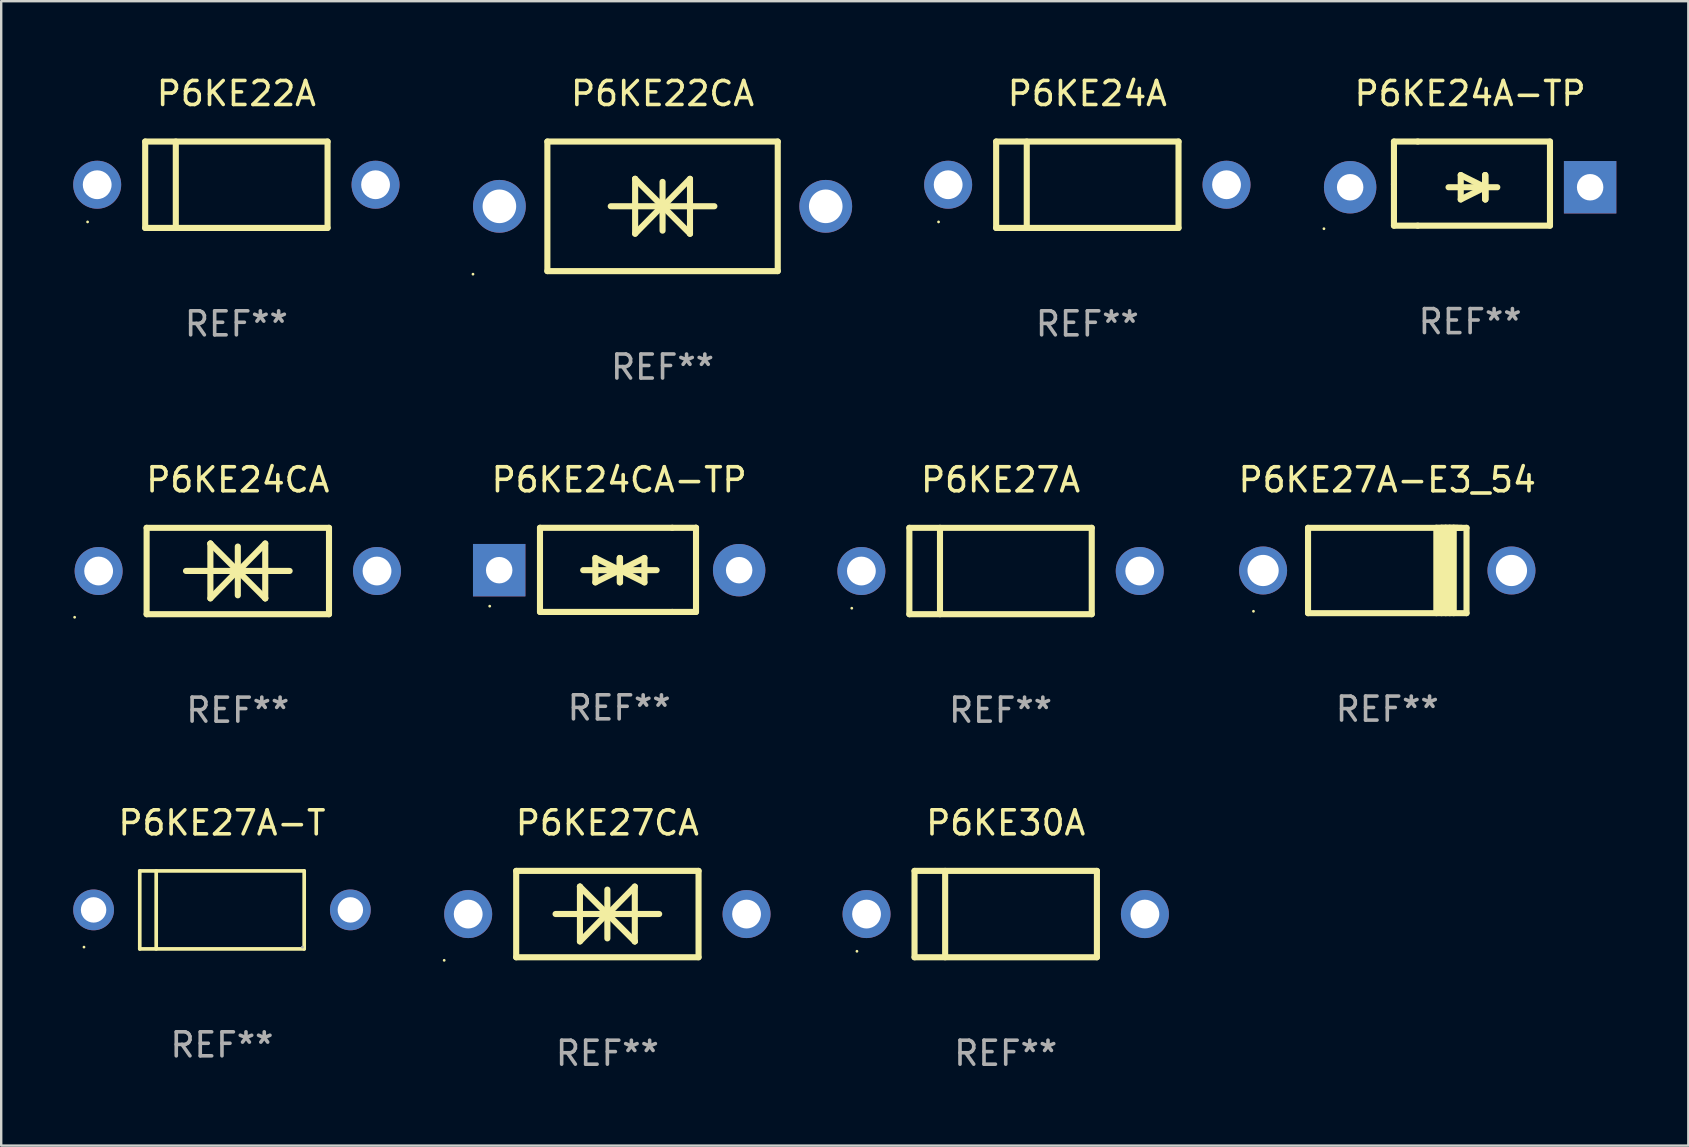
<source format=kicad_pcb>
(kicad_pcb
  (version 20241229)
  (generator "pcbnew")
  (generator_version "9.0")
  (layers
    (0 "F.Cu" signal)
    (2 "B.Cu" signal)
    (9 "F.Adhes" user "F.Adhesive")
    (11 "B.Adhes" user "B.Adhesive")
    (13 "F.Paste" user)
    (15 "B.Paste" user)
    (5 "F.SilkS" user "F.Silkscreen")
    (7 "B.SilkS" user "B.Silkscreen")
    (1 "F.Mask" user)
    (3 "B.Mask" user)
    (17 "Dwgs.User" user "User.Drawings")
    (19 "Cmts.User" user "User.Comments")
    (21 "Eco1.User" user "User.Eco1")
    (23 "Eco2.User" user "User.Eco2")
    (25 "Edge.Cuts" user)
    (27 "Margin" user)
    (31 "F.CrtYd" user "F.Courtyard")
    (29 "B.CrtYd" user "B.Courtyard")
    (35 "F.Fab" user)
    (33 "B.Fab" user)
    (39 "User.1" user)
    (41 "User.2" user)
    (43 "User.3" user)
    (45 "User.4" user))
  (footprint "P6KE30A"
    (layer "F.Cu")
    (at 38.86 35.041)
    (property "Reference" "P6KE30A" (at 0 -3.8 0) (layer "F.SilkS") (effects (font (size 1 1) (thickness 0.15))))
    (attr through_hole)
    (fp_line (start -3.8 -1.8) (end -3.8 1.8) (stroke (width 0.254) (type solid)) (layer "F.SilkS"))
    (fp_line (start -3.8 -1.8) (end 3.8 -1.8) (stroke (width 0.254) (type solid)) (layer "F.SilkS"))
    (fp_line (start -3.8 1.8) (end 3.8 1.8) (stroke (width 0.254) (type solid)) (layer "F.SilkS"))
    (fp_line (start -2.524 -1.8) (end -2.524 1.8) (stroke (width 0.254) (type solid)) (layer "F.SilkS"))
    (fp_line (start 3.8 -1.8) (end 3.8 1.8) (stroke (width 0.254) (type solid)) (layer "F.SilkS"))
    (fp_circle (center -6.2 1.55) (end -6.17 1.55) (stroke (width 0.06) (type solid)) (fill no) (layer "F.SilkS"))
    (fp_text user "REF**" (at 0 5.8 0) (layer "F.Fab") (effects (font (size 1 1) (thickness 0.15))))
    (pad "1" thru_hole circle (at -5.8 0) (size 2 2) (drill 1.2) (layers "*.Cu" "*.Mask"))
    (pad "2" thru_hole circle (at 5.8 0) (size 2 2) (drill 1.2) (layers "*.Cu" "*.Mask")))
  (footprint "P6KE27A-T"
    (layer "F.Cu")
    (at 6.2 34.867)
    (property "Reference" "P6KE27A-T" (at 0 -3.626 0) (layer "F.SilkS") (effects (font (size 1 1) (thickness 0.15))))
    (attr through_hole)
    (fp_line (start -3.426 -1.626) (end 3.426 -1.626) (stroke (width 0.152) (type solid)) (layer "F.SilkS"))
    (fp_line (start -3.426 1.626) (end -3.426 -1.626) (stroke (width 0.152) (type solid)) (layer "F.SilkS"))
    (fp_line (start -2.741 -1.626) (end -2.741 1.626) (stroke (width 0.152) (type solid)) (layer "F.SilkS"))
    (fp_line (start 3.426 -1.626) (end 3.426 1.626) (stroke (width 0.152) (type solid)) (layer "F.SilkS"))
    (fp_line (start 3.426 1.626) (end -3.426 1.626) (stroke (width 0.152) (type solid)) (layer "F.SilkS"))
    (fp_circle (center -5.75 1.55) (end -5.72 1.55) (stroke (width 0.06) (type solid)) (fill no) (layer "F.SilkS"))
    (fp_circle (center 3.35 1.55) (end 3.38 1.55) (stroke (width 0.06) (type solid)) (fill no) (layer "F.Fab"))
    (fp_text user "REF**" (at 0 5.626 0) (layer "F.Fab") (effects (font (size 1 1) (thickness 0.15))))
    (pad "1" thru_hole circle (at -5.35 -0.000013) (size 1.7 1.7) (drill 1.06) (layers "*.Cu" "*.Mask"))
    (pad "2" thru_hole circle (at 5.35 -0.000013) (size 1.7 1.7) (drill 1.06) (layers "*.Cu" "*.Mask")))
  (footprint "P6KE24CA-TP"
    (layer "F.Cu")
    (at 22.752 20.697)
    (property "Reference" "P6KE24CA-TP" (at 0 -3.753 0) (layer "F.SilkS") (effects (font (size 1 1) (thickness 0.15))))
    (attr through_hole)
    (fp_line (start -3.3 -1.753) (end 2.212 -1.753) (stroke (width 0.254) (type solid)) (layer "F.SilkS"))
    (fp_line (start -3.3 1.753) (end -3.3 -1.753) (stroke (width 0.254) (type solid)) (layer "F.SilkS"))
    (fp_line (start -1.5 0.013) (end 0.532 0.013) (stroke (width 0.254) (type solid)) (layer "F.SilkS"))
    (fp_line (start -0.992 -0.495) (end -0.992 0.521) (stroke (width 0.254) (type solid)) (layer "F.SilkS"))
    (fp_line (start -0.992 0.521) (end 0.024 0.013) (stroke (width 0.254) (type solid)) (layer "F.SilkS"))
    (fp_line (start 0.024 -0.495) (end 0.024 0.521) (stroke (width 0.254) (type solid)) (layer "F.SilkS"))
    (fp_line (start 0.024 0.013) (end -0.992 -0.495) (stroke (width 0.254) (type solid)) (layer "F.SilkS"))
    (fp_line (start 0.024 0.013) (end 0.024 -0.495) (stroke (width 0.254) (type solid)) (layer "F.SilkS"))
    (fp_line (start 0.036 0.013) (end 1.052 0.521) (stroke (width 0.254) (type solid)) (layer "F.SilkS"))
    (fp_line (start 0.036 0.521) (end 0.036 -0.495) (stroke (width 0.254) (type solid)) (layer "F.SilkS"))
    (fp_line (start 1.052 -0.495) (end 0.036 0.013) (stroke (width 0.254) (type solid)) (layer "F.SilkS"))
    (fp_line (start 1.052 0.521) (end 1.052 -0.495) (stroke (width 0.254) (type solid)) (layer "F.SilkS"))
    (fp_line (start 1.56 0.013) (end -0.472 0.013) (stroke (width 0.254) (type solid)) (layer "F.SilkS"))
    (fp_line (start 2.212 -1.753) (end 3.202 -1.753) (stroke (width 0.254) (type solid)) (layer "F.SilkS"))
    (fp_line (start 2.212 1.753) (end -3.3 1.753) (stroke (width 0.254) (type solid)) (layer "F.SilkS"))
    (fp_line (start 3.202 -1.753) (end 3.202 -1.753) (stroke (width 0.254) (type solid)) (layer "F.SilkS"))
    (fp_line (start 3.202 -1.753) (end 3.202 -0.025) (stroke (width 0.254) (type solid)) (layer "F.SilkS"))
    (fp_line (start 3.202 -0.025) (end 3.202 1.753) (stroke (width 0.254) (type solid)) (layer "F.SilkS"))
    (fp_line (start 3.202 1.753) (end 2.212 1.753) (stroke (width 0.254) (type solid)) (layer "F.SilkS"))
    (fp_circle (center -5.395 1.513) (end -5.365 1.513) (stroke (width 0.06) (type solid)) (fill no) (layer "F.SilkS"))
    (fp_text user "REF**" (at 0 5.753 0) (layer "F.Fab") (effects (font (size 1 1) (thickness 0.15))))
    (pad "1" thru_hole rect (at -5 0.013 180) (size 2.184 2.184) (drill 1.102) (layers "*.Cu" "*.Mask"))
    (pad "2" thru_hole circle (at 5 0.013) (size 2.184 2.184) (drill 1.102) (layers "*.Cu" "*.Mask")))
  (footprint "P6KE24A-TP"
    (layer "F.Cu")
    (at 58.213 4.601)
    (property "Reference" "P6KE24A-TP" (at 0 -3.753 0) (layer "F.SilkS") (effects (font (size 1 1) (thickness 0.15))))
    (attr through_hole)
    (fp_line (start -3.175 -1.753) (end -2.184 -1.753) (stroke (width 0.254) (type solid)) (layer "F.SilkS"))
    (fp_line (start -3.175 0.025) (end -3.175 -1.753) (stroke (width 0.254) (type solid)) (layer "F.SilkS"))
    (fp_line (start -3.175 1.753) (end -3.175 0.025) (stroke (width 0.254) (type solid)) (layer "F.SilkS"))
    (fp_line (start -2.184 -1.753) (end 3.327 -1.753) (stroke (width 0.254) (type solid)) (layer "F.SilkS"))
    (fp_line (start -2.184 1.753) (end -3.175 1.753) (stroke (width 0.254) (type solid)) (layer "F.SilkS"))
    (fp_line (start -0.9 0.152) (end 1.132 0.152) (stroke (width 0.254) (type solid)) (layer "F.SilkS"))
    (fp_line (start -0.392 -0.356) (end -0.392 0.66) (stroke (width 0.254) (type solid)) (layer "F.SilkS"))
    (fp_line (start -0.392 0.66) (end 0.624 0.152) (stroke (width 0.254) (type solid)) (layer "F.SilkS"))
    (fp_line (start 0.624 -0.356) (end 0.624 0.66) (stroke (width 0.254) (type solid)) (layer "F.SilkS"))
    (fp_line (start 0.624 0.152) (end -0.392 -0.356) (stroke (width 0.254) (type solid)) (layer "F.SilkS"))
    (fp_line (start 0.624 0.152) (end 0.624 -0.356) (stroke (width 0.254) (type solid)) (layer "F.SilkS"))
    (fp_line (start 0.636 0.152) (end 0.636 0.66) (stroke (width 0.254) (type solid)) (layer "F.SilkS"))
    (fp_line (start 0.636 0.66) (end 0.636 -0.356) (stroke (width 0.254) (type solid)) (layer "F.SilkS"))
    (fp_line (start 3.327 -1.753) (end 3.327 1.753) (stroke (width 0.254) (type solid)) (layer "F.SilkS"))
    (fp_line (start 3.327 1.753) (end -2.184 1.753) (stroke (width 0.254) (type solid)) (layer "F.SilkS"))
    (fp_circle (center -6.092 1.88) (end -6.062 1.88) (stroke (width 0.06) (type solid)) (fill no) (layer "F.SilkS"))
    (fp_text user "REF**" (at 0 5.753 0) (layer "F.Fab") (effects (font (size 1 1) (thickness 0.15))))
    (pad "1" thru_hole circle (at -5 0.152) (size 2.184 2.184) (drill 1.102) (layers "*.Cu" "*.Mask"))
    (pad "2" thru_hole rect (at 5 0.152) (size 2.184 2.184) (drill 1.102) (layers "*.Cu" "*.Mask")))
  (footprint "P6KE22A"
    (layer "F.Cu")
    (at 6.8 4.648)
    (property "Reference" "P6KE22A" (at 0 -3.8 0) (layer "F.SilkS") (effects (font (size 1 1) (thickness 0.15))))
    (attr through_hole)
    (fp_line (start -3.8 -1.8) (end -3.8 1.8) (stroke (width 0.254) (type solid)) (layer "F.SilkS"))
    (fp_line (start -3.8 -1.8) (end 3.8 -1.8) (stroke (width 0.254) (type solid)) (layer "F.SilkS"))
    (fp_line (start -3.8 1.8) (end 3.8 1.8) (stroke (width 0.254) (type solid)) (layer "F.SilkS"))
    (fp_line (start -2.524 -1.8) (end -2.524 1.8) (stroke (width 0.254) (type solid)) (layer "F.SilkS"))
    (fp_line (start 3.8 -1.8) (end 3.8 1.8) (stroke (width 0.254) (type solid)) (layer "F.SilkS"))
    (fp_circle (center -6.2 1.55) (end -6.17 1.55) (stroke (width 0.06) (type solid)) (fill no) (layer "F.SilkS"))
    (fp_text user "REF**" (at 0 5.8 0) (layer "F.Fab") (effects (font (size 1 1) (thickness 0.15))))
    (pad "1" thru_hole circle (at -5.8 0) (size 2 2) (drill 1.2) (layers "*.Cu" "*.Mask"))
    (pad "2" thru_hole circle (at 5.8 0) (size 2 2) (drill 1.2) (layers "*.Cu" "*.Mask")))
  (footprint "P6KE27A"
    (layer "F.Cu")
    (at 38.645 20.745)
    (property "Reference" "P6KE27A" (at 0 -3.8 0) (layer "F.SilkS") (effects (font (size 1 1) (thickness 0.15))))
    (attr through_hole)
    (fp_line (start -3.8 -1.8) (end -3.8 1.8) (stroke (width 0.254) (type solid)) (layer "F.SilkS"))
    (fp_line (start -3.8 -1.8) (end 3.8 -1.8) (stroke (width 0.254) (type solid)) (layer "F.SilkS"))
    (fp_line (start -3.8 1.8) (end 3.8 1.8) (stroke (width 0.254) (type solid)) (layer "F.SilkS"))
    (fp_line (start -2.524 -1.8) (end -2.524 1.8) (stroke (width 0.254) (type solid)) (layer "F.SilkS"))
    (fp_line (start 3.8 -1.8) (end 3.8 1.8) (stroke (width 0.254) (type solid)) (layer "F.SilkS"))
    (fp_circle (center -6.2 1.55) (end -6.17 1.55) (stroke (width 0.06) (type solid)) (fill no) (layer "F.SilkS"))
    (fp_text user "REF**" (at 0 5.8 0) (layer "F.Fab") (effects (font (size 1 1) (thickness 0.15))))
    (pad "1" thru_hole circle (at -5.8 0) (size 2 2) (drill 1.2) (layers "*.Cu" "*.Mask"))
    (pad "2" thru_hole circle (at 5.8 0) (size 2 2) (drill 1.2) (layers "*.Cu" "*.Mask")))
  (footprint "P6KE24A"
    (layer "F.Cu")
    (at 42.261 4.648)
    (property "Reference" "P6KE24A" (at 0 -3.8 0) (layer "F.SilkS") (effects (font (size 1 1) (thickness 0.15))))
    (attr through_hole)
    (fp_line (start -3.8 -1.8) (end -3.8 1.8) (stroke (width 0.254) (type solid)) (layer "F.SilkS"))
    (fp_line (start -3.8 -1.8) (end 3.8 -1.8) (stroke (width 0.254) (type solid)) (layer "F.SilkS"))
    (fp_line (start -3.8 1.8) (end 3.8 1.8) (stroke (width 0.254) (type solid)) (layer "F.SilkS"))
    (fp_line (start -2.524 -1.8) (end -2.524 1.8) (stroke (width 0.254) (type solid)) (layer "F.SilkS"))
    (fp_line (start 3.8 -1.8) (end 3.8 1.8) (stroke (width 0.254) (type solid)) (layer "F.SilkS"))
    (fp_circle (center -6.2 1.55) (end -6.17 1.55) (stroke (width 0.06) (type solid)) (fill no) (layer "F.SilkS"))
    (fp_text user "REF**" (at 0 5.8 0) (layer "F.Fab") (effects (font (size 1 1) (thickness 0.15))))
    (pad "1" thru_hole circle (at -5.8 0) (size 2 2) (drill 1.2) (layers "*.Cu" "*.Mask"))
    (pad "2" thru_hole circle (at 5.8 0) (size 2 2) (drill 1.2) (layers "*.Cu" "*.Mask")))
  (footprint "P6KE22CA"
    (layer "F.Cu")
    (at 24.56 5.548)
    (property "Reference" "P6KE22CA" (at 0 -4.7 0) (layer "F.SilkS") (effects (font (size 1 1) (thickness 0.15))))
    (attr through_hole)
    (fp_line (start -4.8 -2.7) (end -4.8 2.7) (stroke (width 0.254) (type solid)) (layer "F.SilkS"))
    (fp_line (start -4.8 -2.7) (end 4.8 -2.7) (stroke (width 0.254) (type solid)) (layer "F.SilkS"))
    (fp_line (start -2.159 -0.003) (end 2.159 -0.003) (stroke (width 0.254) (type solid)) (layer "F.SilkS"))
    (fp_line (start -1.143 -1.146) (end -1.143 1.14) (stroke (width 0.254) (type solid)) (layer "F.SilkS"))
    (fp_line (start -1.143 -1.143) (end -1.143 -1.146) (stroke (width 0.254) (type solid)) (layer "F.SilkS"))
    (fp_line (start 0 -1.019) (end 0 1.013) (stroke (width 0.254) (type solid)) (layer "F.SilkS"))
    (fp_line (start 0 -0.026) (end -1.143 1.14) (stroke (width 0.254) (type solid)) (layer "F.SilkS"))
    (fp_line (start 0 -0.006) (end 1.143 1.137) (stroke (width 0.254) (type solid)) (layer "F.SilkS"))
    (fp_line (start 0 0) (end -1.143 -1.143) (stroke (width 0.254) (type solid)) (layer "F.SilkS"))
    (fp_line (start 0 0.02) (end 1.143 -1.146) (stroke (width 0.254) (type solid)) (layer "F.SilkS"))
    (fp_line (start 1.143 1.137) (end 1.143 1.14) (stroke (width 0.254) (type solid)) (layer "F.SilkS"))
    (fp_line (start 1.143 1.14) (end 1.143 -1.146) (stroke (width 0.254) (type solid)) (layer "F.SilkS"))
    (fp_line (start 4.8 -2.7) (end 4.8 2.7) (stroke (width 0.254) (type solid)) (layer "F.SilkS"))
    (fp_line (start 4.8 2.7) (end -4.8 2.7) (stroke (width 0.254) (type solid)) (layer "F.SilkS"))
    (fp_circle (center -7.9 2.827) (end -7.87 2.827) (stroke (width 0.06) (type solid)) (fill no) (layer "F.SilkS"))
    (fp_text user "REF**" (at 0 6.7 0) (layer "F.Fab") (effects (font (size 1 1) (thickness 0.15))))
    (pad "1" thru_hole circle (at -6.8 0) (size 2.2 2.2) (drill 1.4) (layers "*.Cu" "*.Mask"))
    (pad "2" thru_hole circle (at 6.8 0) (size 2.2 2.2) (drill 1.4) (layers "*.Cu" "*.Mask")))
  (footprint "P6KE27A-E3_54"
    (layer "F.Cu")
    (at 54.76 20.723)
    (property "Reference" "P6KE27A-E3_54" (at 0 -3.778 0) (layer "F.SilkS") (effects (font (size 1 1) (thickness 0.15))))
    (attr through_hole)
    (fp_line (start -3.302 -1.778) (end -3.302 1.778) (stroke (width 0.254) (type solid)) (layer "F.SilkS"))
    (fp_line (start -3.302 1.778) (end 3.302 1.778) (stroke (width 0.254) (type solid)) (layer "F.SilkS"))
    (fp_line (start 2.045 -1.778) (end 2.045 1.778) (stroke (width 0.254) (type solid)) (layer "F.SilkS"))
    (fp_line (start 2.261 -1.778) (end 2.261 1.778) (stroke (width 0.254) (type solid)) (layer "F.SilkS"))
    (fp_line (start 2.421 -1.778) (end 2.045 -1.778) (stroke (width 0.254) (type solid)) (layer "F.SilkS"))
    (fp_line (start 2.439 -1.778) (end 2.439 1.778) (stroke (width 0.254) (type solid)) (layer "F.SilkS"))
    (fp_line (start 2.579 -1.778) (end 2.261 -1.778) (stroke (width 0.254) (type solid)) (layer "F.SilkS"))
    (fp_line (start 2.604 -1.778) (end 2.604 1.778) (stroke (width 0.254) (type solid)) (layer "F.SilkS"))
    (fp_line (start 2.757 -1.778) (end 2.439 -1.778) (stroke (width 0.254) (type solid)) (layer "F.SilkS"))
    (fp_line (start 2.769 -1.778) (end 2.769 1.778) (stroke (width 0.254) (type solid)) (layer "F.SilkS"))
    (fp_line (start 2.922 -1.778) (end 2.604 -1.778) (stroke (width 0.254) (type solid)) (layer "F.SilkS"))
    (fp_line (start 3.087 -1.778) (end 2.769 -1.778) (stroke (width 0.254) (type solid)) (layer "F.SilkS"))
    (fp_line (start 3.302 -1.778) (end -3.302 -1.778) (stroke (width 0.254) (type solid)) (layer "F.SilkS"))
    (fp_line (start 3.302 1.778) (end 3.302 -1.778) (stroke (width 0.254) (type solid)) (layer "F.SilkS"))
    (fp_circle (center -5.576 1.7) (end -5.546 1.7) (stroke (width 0.06) (type solid)) (fill no) (layer "F.SilkS"))
    (fp_text user "REF**" (at 0 5.778 0) (layer "F.Fab") (effects (font (size 1 1) (thickness 0.15))))
    (pad "1" thru_hole circle (at -5.175 0) (size 2 2) (drill 1.3) (layers "*.Cu" "*.Mask"))
    (pad "2" thru_hole circle (at 5.175 0) (size 2 2) (drill 1.3) (layers "*.Cu" "*.Mask")))
  (footprint "P6KE27CA"
    (layer "F.Cu")
    (at 22.26 35.041)
    (property "Reference" "P6KE27CA" (at 0 -3.8 0) (layer "F.SilkS") (effects (font (size 1 1) (thickness 0.15))))
    (attr through_hole)
    (fp_line (start -3.8 -1.8) (end -3.8 1.8) (stroke (width 0.254) (type solid)) (layer "F.SilkS"))
    (fp_line (start -3.8 -1.8) (end 3.8 -1.8) (stroke (width 0.254) (type solid)) (layer "F.SilkS"))
    (fp_line (start -3.8 1.8) (end 3.8 1.8) (stroke (width 0.254) (type solid)) (layer "F.SilkS"))
    (fp_line (start -2.159 -0.003) (end 2.159 -0.003) (stroke (width 0.254) (type solid)) (layer "F.SilkS"))
    (fp_line (start -1.143 -1.146) (end -1.143 1.14) (stroke (width 0.254) (type solid)) (layer "F.SilkS"))
    (fp_line (start -1.143 -1.143) (end -1.143 -1.146) (stroke (width 0.254) (type solid)) (layer "F.SilkS"))
    (fp_line (start 0 -1.019) (end 0 1.013) (stroke (width 0.254) (type solid)) (layer "F.SilkS"))
    (fp_line (start 0 -0.026) (end -1.143 1.14) (stroke (width 0.254) (type solid)) (layer "F.SilkS"))
    (fp_line (start 0 -0.006) (end 1.143 1.137) (stroke (width 0.254) (type solid)) (layer "F.SilkS"))
    (fp_line (start 0 0) (end -1.143 -1.143) (stroke (width 0.254) (type solid)) (layer "F.SilkS"))
    (fp_line (start 0 0.02) (end 1.143 -1.146) (stroke (width 0.254) (type solid)) (layer "F.SilkS"))
    (fp_line (start 1.143 1.137) (end 1.143 1.14) (stroke (width 0.254) (type solid)) (layer "F.SilkS"))
    (fp_line (start 1.143 1.14) (end 1.143 -1.146) (stroke (width 0.254) (type solid)) (layer "F.SilkS"))
    (fp_line (start 3.8 -1.8) (end 3.8 1.8) (stroke (width 0.254) (type solid)) (layer "F.SilkS"))
    (fp_circle (center -6.8 1.927) (end -6.77 1.927) (stroke (width 0.06) (type solid)) (fill no) (layer "F.SilkS"))
    (fp_text user "REF**" (at 0 5.8 0) (layer "F.Fab") (effects (font (size 1 1) (thickness 0.15))))
    (pad "1" thru_hole circle (at -5.8 0) (size 2 2) (drill 1.2) (layers "*.Cu" "*.Mask"))
    (pad "2" thru_hole circle (at 5.8 0) (size 2 2) (drill 1.2) (layers "*.Cu" "*.Mask")))
  (footprint "P6KE24CA"
    (layer "F.Cu")
    (at 6.86 20.745)
    (property "Reference" "P6KE24CA" (at 0 -3.8 0) (layer "F.SilkS") (effects (font (size 1 1) (thickness 0.15))))
    (attr through_hole)
    (fp_line (start -3.8 -1.8) (end -3.8 1.8) (stroke (width 0.254) (type solid)) (layer "F.SilkS"))
    (fp_line (start -3.8 -1.8) (end 3.8 -1.8) (stroke (width 0.254) (type solid)) (layer "F.SilkS"))
    (fp_line (start -3.8 1.8) (end 3.8 1.8) (stroke (width 0.254) (type solid)) (layer "F.SilkS"))
    (fp_line (start -2.159 -0.003) (end 2.159 -0.003) (stroke (width 0.254) (type solid)) (layer "F.SilkS"))
    (fp_line (start -1.143 -1.146) (end -1.143 1.14) (stroke (width 0.254) (type solid)) (layer "F.SilkS"))
    (fp_line (start -1.143 -1.143) (end -1.143 -1.146) (stroke (width 0.254) (type solid)) (layer "F.SilkS"))
    (fp_line (start 0 -1.019) (end 0 1.013) (stroke (width 0.254) (type solid)) (layer "F.SilkS"))
    (fp_line (start 0 -0.026) (end -1.143 1.14) (stroke (width 0.254) (type solid)) (layer "F.SilkS"))
    (fp_line (start 0 -0.006) (end 1.143 1.137) (stroke (width 0.254) (type solid)) (layer "F.SilkS"))
    (fp_line (start 0 0) (end -1.143 -1.143) (stroke (width 0.254) (type solid)) (layer "F.SilkS"))
    (fp_line (start 0 0.02) (end 1.143 -1.146) (stroke (width 0.254) (type solid)) (layer "F.SilkS"))
    (fp_line (start 1.143 1.137) (end 1.143 1.14) (stroke (width 0.254) (type solid)) (layer "F.SilkS"))
    (fp_line (start 1.143 1.14) (end 1.143 -1.146) (stroke (width 0.254) (type solid)) (layer "F.SilkS"))
    (fp_line (start 3.8 -1.8) (end 3.8 1.8) (stroke (width 0.254) (type solid)) (layer "F.SilkS"))
    (fp_circle (center -6.8 1.927) (end -6.77 1.927) (stroke (width 0.06) (type solid)) (fill no) (layer "F.SilkS"))
    (fp_text user "REF**" (at 0 5.8 0) (layer "F.Fab") (effects (font (size 1 1) (thickness 0.15))))
    (pad "1" thru_hole circle (at -5.8 0) (size 2 2) (drill 1.2) (layers "*.Cu" "*.Mask"))
    (pad "2" thru_hole circle (at 5.8 0) (size 2 2) (drill 1.2) (layers "*.Cu" "*.Mask")))
  (gr_rect
    (start -3 -3)
    (end 67.305 44.69)
    (stroke (width 0.1) (type default))
    (fill no)
    (layer "Edge.Cuts")))
</source>
